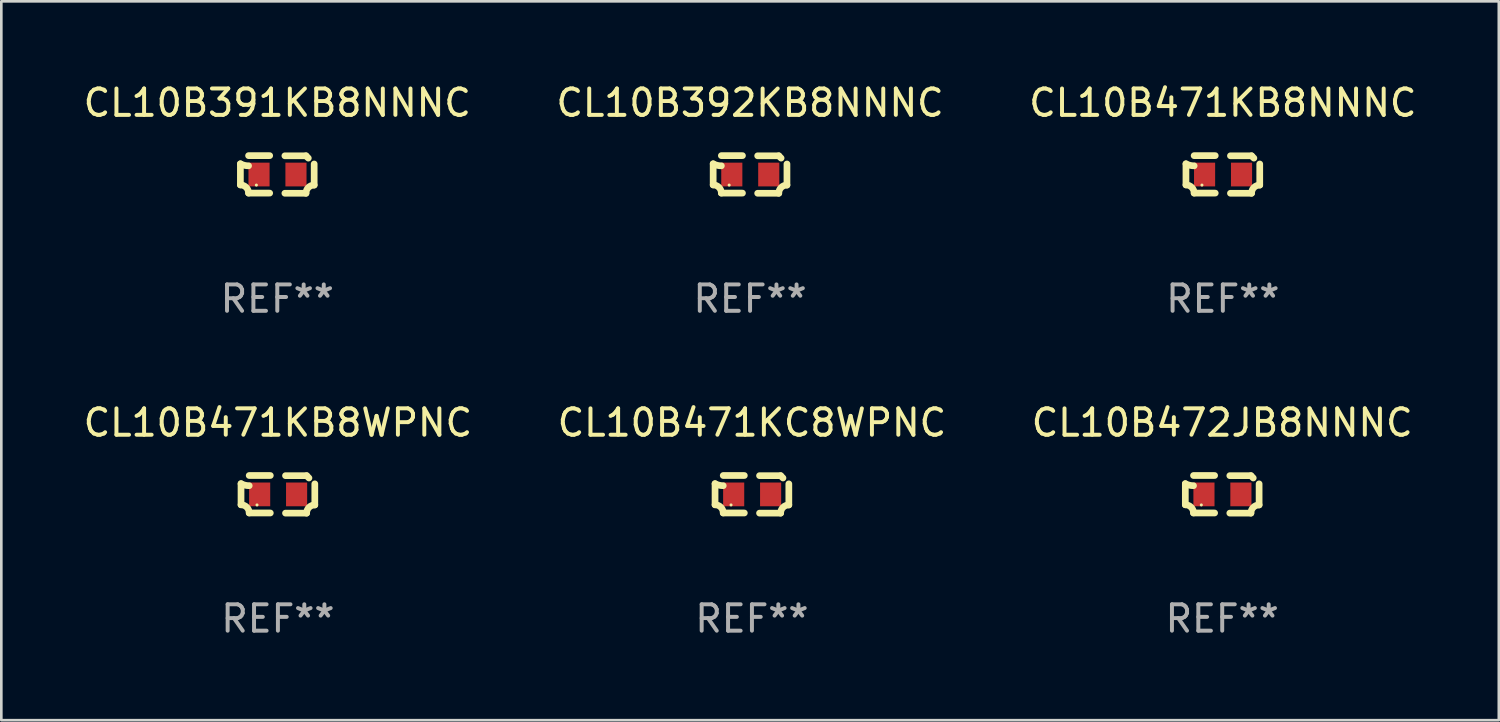
<source format=kicad_pcb>
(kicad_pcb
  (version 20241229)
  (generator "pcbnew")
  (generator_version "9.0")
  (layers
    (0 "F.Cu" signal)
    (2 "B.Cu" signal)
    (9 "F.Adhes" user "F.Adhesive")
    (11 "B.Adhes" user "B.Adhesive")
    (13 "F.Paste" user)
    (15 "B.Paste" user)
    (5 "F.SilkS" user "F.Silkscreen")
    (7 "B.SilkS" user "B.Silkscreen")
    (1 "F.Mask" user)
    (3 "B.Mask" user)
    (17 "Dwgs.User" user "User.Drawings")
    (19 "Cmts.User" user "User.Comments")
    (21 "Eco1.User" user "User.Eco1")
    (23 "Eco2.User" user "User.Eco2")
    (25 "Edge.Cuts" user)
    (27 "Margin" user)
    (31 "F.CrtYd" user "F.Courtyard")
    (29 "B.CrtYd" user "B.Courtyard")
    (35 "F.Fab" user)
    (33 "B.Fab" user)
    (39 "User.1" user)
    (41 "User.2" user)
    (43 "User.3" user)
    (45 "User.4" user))
  (footprint "CL10B392KB8NNNC"
    (layer "F.Cu")
    (at 25.375 3.561)
    (property "Reference" "CL10B392KB8NNNC" (at 0 -2.713 0) (layer "F.SilkS") (effects (font (size 1 1) (thickness 0.15))))
    (attr through_hole)
    (fp_line (start -1.398 -0.403) (end -1.398 0.397) (stroke (width 0.254) (type solid)) (layer "F.SilkS"))
    (fp_line (start -0.288 -0.713) (end -1.088 -0.713) (stroke (width 0.254) (type solid)) (layer "F.SilkS"))
    (fp_line (start -0.288 0.707) (end -1.088 0.707) (stroke (width 0.254) (type solid)) (layer "F.SilkS"))
    (fp_line (start 0.288 -0.707) (end 1.088 -0.707) (stroke (width 0.254) (type solid)) (layer "F.SilkS"))
    (fp_line (start 0.288 0.713) (end 1.088 0.713) (stroke (width 0.254) (type solid)) (layer "F.SilkS"))
    (fp_line (start 1.398 -0.397) (end 1.398 0.403) (stroke (width 0.254) (type solid)) (layer "F.SilkS"))
    (fp_arc (start -1.397789 0.397066) (mid -1.178701 0.487826) (end -1.08796 0.706922) (stroke (width 0.254001) (type solid)) (layer "F.SilkS"))
    (fp_arc (start -1.08796 -0.327176) (mid -1.247436 -0.346384) (end -1.39779 -0.402908) (stroke (width 0.254001) (type solid)) (layer "F.SilkS"))
    (fp_arc (start 1.087909 0.712738) (mid 1.178656 0.493655) (end 1.397739 0.402908) (stroke (width 0.254001) (type solid)) (layer "F.SilkS"))
    (fp_arc (start 1.175925 -0.618926) (mid 1.131917 -0.662923) (end 1.08791 -0.706922) (stroke (width 0.254001) (type solid)) (layer "F.SilkS"))
    (fp_circle (center -0.792 0.403) (end -0.762 0.403) (stroke (width 0.06) (type solid)) (fill no) (layer "F.SilkS"))
    (fp_text user "REF**" (at 0 4.713 0) (layer "F.Fab") (effects (font (size 1 1) (thickness 0.15))))
    (pad "1" smd rect (at -0.692 0.003) (size 0.8 0.9) (layers "F.Cu" "F.Mask" "F.Paste"))
    (pad "2" smd rect (at 0.708 0.003) (size 0.8 0.9) (layers "F.Cu" "F.Mask" "F.Paste")))
  (footprint "CL10B471KC8WPNC"
    (layer "F.Cu")
    (at 25.446 15.683)
    (property "Reference" "CL10B471KC8WPNC" (at 0 -2.713 0) (layer "F.SilkS") (effects (font (size 1 1) (thickness 0.15))))
    (attr through_hole)
    (fp_line (start -1.398 -0.403) (end -1.398 0.397) (stroke (width 0.254) (type solid)) (layer "F.SilkS"))
    (fp_line (start -0.288 -0.713) (end -1.088 -0.713) (stroke (width 0.254) (type solid)) (layer "F.SilkS"))
    (fp_line (start -0.288 0.707) (end -1.088 0.707) (stroke (width 0.254) (type solid)) (layer "F.SilkS"))
    (fp_line (start 0.288 -0.707) (end 1.088 -0.707) (stroke (width 0.254) (type solid)) (layer "F.SilkS"))
    (fp_line (start 0.288 0.713) (end 1.088 0.713) (stroke (width 0.254) (type solid)) (layer "F.SilkS"))
    (fp_line (start 1.398 -0.397) (end 1.398 0.403) (stroke (width 0.254) (type solid)) (layer "F.SilkS"))
    (fp_arc (start -1.397789 0.397066) (mid -1.178701 0.487826) (end -1.08796 0.706922) (stroke (width 0.254001) (type solid)) (layer "F.SilkS"))
    (fp_arc (start -1.08796 -0.327176) (mid -1.247436 -0.346384) (end -1.39779 -0.402908) (stroke (width 0.254001) (type solid)) (layer "F.SilkS"))
    (fp_arc (start 1.087909 0.712738) (mid 1.178656 0.493655) (end 1.397739 0.402908) (stroke (width 0.254001) (type solid)) (layer "F.SilkS"))
    (fp_arc (start 1.175925 -0.618926) (mid 1.131917 -0.662923) (end 1.08791 -0.706922) (stroke (width 0.254001) (type solid)) (layer "F.SilkS"))
    (fp_circle (center -0.792 0.403) (end -0.762 0.403) (stroke (width 0.06) (type solid)) (fill no) (layer "F.SilkS"))
    (fp_text user "REF**" (at 0 4.713 0) (layer "F.Fab") (effects (font (size 1 1) (thickness 0.15))))
    (pad "1" smd rect (at -0.692 0.003) (size 0.8 0.9) (layers "F.Cu" "F.Mask" "F.Paste"))
    (pad "2" smd rect (at 0.708 0.003) (size 0.8 0.9) (layers "F.Cu" "F.Mask" "F.Paste")))
  (footprint "CL10B472JB8NNNC"
    (layer "F.Cu")
    (at 43.268 15.683)
    (property "Reference" "CL10B472JB8NNNC" (at 0 -2.713 0) (layer "F.SilkS") (effects (font (size 1 1) (thickness 0.15))))
    (attr through_hole)
    (fp_line (start -1.398 -0.403) (end -1.398 0.397) (stroke (width 0.254) (type solid)) (layer "F.SilkS"))
    (fp_line (start -0.288 -0.713) (end -1.088 -0.713) (stroke (width 0.254) (type solid)) (layer "F.SilkS"))
    (fp_line (start -0.288 0.707) (end -1.088 0.707) (stroke (width 0.254) (type solid)) (layer "F.SilkS"))
    (fp_line (start 0.288 -0.707) (end 1.088 -0.707) (stroke (width 0.254) (type solid)) (layer "F.SilkS"))
    (fp_line (start 0.288 0.713) (end 1.088 0.713) (stroke (width 0.254) (type solid)) (layer "F.SilkS"))
    (fp_line (start 1.398 -0.397) (end 1.398 0.403) (stroke (width 0.254) (type solid)) (layer "F.SilkS"))
    (fp_arc (start -1.397789 0.397066) (mid -1.178701 0.487826) (end -1.08796 0.706922) (stroke (width 0.254001) (type solid)) (layer "F.SilkS"))
    (fp_arc (start -1.08796 -0.327176) (mid -1.247436 -0.346384) (end -1.39779 -0.402908) (stroke (width 0.254001) (type solid)) (layer "F.SilkS"))
    (fp_arc (start 1.087909 0.712738) (mid 1.178656 0.493655) (end 1.397739 0.402908) (stroke (width 0.254001) (type solid)) (layer "F.SilkS"))
    (fp_arc (start 1.175925 -0.618926) (mid 1.131917 -0.662923) (end 1.08791 -0.706922) (stroke (width 0.254001) (type solid)) (layer "F.SilkS"))
    (fp_circle (center -0.792 0.403) (end -0.762 0.403) (stroke (width 0.06) (type solid)) (fill no) (layer "F.SilkS"))
    (fp_text user "REF**" (at 0 4.713 0) (layer "F.Fab") (effects (font (size 1 1) (thickness 0.15))))
    (pad "1" smd rect (at -0.692 0.003) (size 0.8 0.9) (layers "F.Cu" "F.Mask" "F.Paste"))
    (pad "2" smd rect (at 0.708 0.003) (size 0.8 0.9) (layers "F.Cu" "F.Mask" "F.Paste")))
  (footprint "CL10B391KB8NNNC"
    (layer "F.Cu")
    (at 7.458 3.561)
    (property "Reference" "CL10B391KB8NNNC" (at 0 -2.713 0) (layer "F.SilkS") (effects (font (size 1 1) (thickness 0.15))))
    (attr through_hole)
    (fp_line (start -1.398 -0.403) (end -1.398 0.397) (stroke (width 0.254) (type solid)) (layer "F.SilkS"))
    (fp_line (start -0.288 -0.713) (end -1.088 -0.713) (stroke (width 0.254) (type solid)) (layer "F.SilkS"))
    (fp_line (start -0.288 0.707) (end -1.088 0.707) (stroke (width 0.254) (type solid)) (layer "F.SilkS"))
    (fp_line (start 0.288 -0.707) (end 1.088 -0.707) (stroke (width 0.254) (type solid)) (layer "F.SilkS"))
    (fp_line (start 0.288 0.713) (end 1.088 0.713) (stroke (width 0.254) (type solid)) (layer "F.SilkS"))
    (fp_line (start 1.398 -0.397) (end 1.398 0.403) (stroke (width 0.254) (type solid)) (layer "F.SilkS"))
    (fp_arc (start -1.397789 0.397066) (mid -1.178701 0.487826) (end -1.08796 0.706922) (stroke (width 0.254001) (type solid)) (layer "F.SilkS"))
    (fp_arc (start -1.08796 -0.327176) (mid -1.247436 -0.346384) (end -1.39779 -0.402908) (stroke (width 0.254001) (type solid)) (layer "F.SilkS"))
    (fp_arc (start 1.087909 0.712738) (mid 1.178656 0.493655) (end 1.397739 0.402908) (stroke (width 0.254001) (type solid)) (layer "F.SilkS"))
    (fp_arc (start 1.175925 -0.618926) (mid 1.131917 -0.662923) (end 1.08791 -0.706922) (stroke (width 0.254001) (type solid)) (layer "F.SilkS"))
    (fp_circle (center -0.792 0.403) (end -0.762 0.403) (stroke (width 0.06) (type solid)) (fill no) (layer "F.SilkS"))
    (fp_text user "REF**" (at 0 4.713 0) (layer "F.Fab") (effects (font (size 1 1) (thickness 0.15))))
    (pad "1" smd rect (at -0.692 0.003) (size 0.8 0.9) (layers "F.Cu" "F.Mask" "F.Paste"))
    (pad "2" smd rect (at 0.708 0.003) (size 0.8 0.9) (layers "F.Cu" "F.Mask" "F.Paste")))
  (footprint "CL10B471KB8NNNC"
    (layer "F.Cu")
    (at 43.292 3.561)
    (property "Reference" "CL10B471KB8NNNC" (at 0 -2.713 0) (layer "F.SilkS") (effects (font (size 1 1) (thickness 0.15))))
    (attr through_hole)
    (fp_line (start -1.398 -0.403) (end -1.398 0.397) (stroke (width 0.254) (type solid)) (layer "F.SilkS"))
    (fp_line (start -0.288 -0.713) (end -1.088 -0.713) (stroke (width 0.254) (type solid)) (layer "F.SilkS"))
    (fp_line (start -0.288 0.707) (end -1.088 0.707) (stroke (width 0.254) (type solid)) (layer "F.SilkS"))
    (fp_line (start 0.288 -0.707) (end 1.088 -0.707) (stroke (width 0.254) (type solid)) (layer "F.SilkS"))
    (fp_line (start 0.288 0.713) (end 1.088 0.713) (stroke (width 0.254) (type solid)) (layer "F.SilkS"))
    (fp_line (start 1.398 -0.397) (end 1.398 0.403) (stroke (width 0.254) (type solid)) (layer "F.SilkS"))
    (fp_arc (start -1.397789 0.397066) (mid -1.178701 0.487826) (end -1.08796 0.706922) (stroke (width 0.254001) (type solid)) (layer "F.SilkS"))
    (fp_arc (start -1.08796 -0.327176) (mid -1.247436 -0.346384) (end -1.39779 -0.402908) (stroke (width 0.254001) (type solid)) (layer "F.SilkS"))
    (fp_arc (start 1.087909 0.712738) (mid 1.178656 0.493655) (end 1.397739 0.402908) (stroke (width 0.254001) (type solid)) (layer "F.SilkS"))
    (fp_arc (start 1.175925 -0.618926) (mid 1.131917 -0.662923) (end 1.08791 -0.706922) (stroke (width 0.254001) (type solid)) (layer "F.SilkS"))
    (fp_circle (center -0.792 0.403) (end -0.762 0.403) (stroke (width 0.06) (type solid)) (fill no) (layer "F.SilkS"))
    (fp_text user "REF**" (at 0 4.713 0) (layer "F.Fab") (effects (font (size 1 1) (thickness 0.15))))
    (pad "1" smd rect (at -0.692 0.003) (size 0.8 0.9) (layers "F.Cu" "F.Mask" "F.Paste"))
    (pad "2" smd rect (at 0.708 0.003) (size 0.8 0.9) (layers "F.Cu" "F.Mask" "F.Paste")))
  (footprint "CL10B471KB8WPNC"
    (layer "F.Cu")
    (at 7.482 15.683)
    (property "Reference" "CL10B471KB8WPNC" (at 0 -2.713 0) (layer "F.SilkS") (effects (font (size 1 1) (thickness 0.15))))
    (attr through_hole)
    (fp_line (start -1.398 -0.403) (end -1.398 0.397) (stroke (width 0.254) (type solid)) (layer "F.SilkS"))
    (fp_line (start -0.288 -0.713) (end -1.088 -0.713) (stroke (width 0.254) (type solid)) (layer "F.SilkS"))
    (fp_line (start -0.288 0.707) (end -1.088 0.707) (stroke (width 0.254) (type solid)) (layer "F.SilkS"))
    (fp_line (start 0.288 -0.707) (end 1.088 -0.707) (stroke (width 0.254) (type solid)) (layer "F.SilkS"))
    (fp_line (start 0.288 0.713) (end 1.088 0.713) (stroke (width 0.254) (type solid)) (layer "F.SilkS"))
    (fp_line (start 1.398 -0.397) (end 1.398 0.403) (stroke (width 0.254) (type solid)) (layer "F.SilkS"))
    (fp_arc (start -1.397789 0.397066) (mid -1.178701 0.487826) (end -1.08796 0.706922) (stroke (width 0.254001) (type solid)) (layer "F.SilkS"))
    (fp_arc (start -1.08796 -0.327176) (mid -1.247436 -0.346384) (end -1.39779 -0.402908) (stroke (width 0.254001) (type solid)) (layer "F.SilkS"))
    (fp_arc (start 1.087909 0.712738) (mid 1.178656 0.493655) (end 1.397739 0.402908) (stroke (width 0.254001) (type solid)) (layer "F.SilkS"))
    (fp_arc (start 1.175925 -0.618926) (mid 1.131917 -0.662923) (end 1.08791 -0.706922) (stroke (width 0.254001) (type solid)) (layer "F.SilkS"))
    (fp_circle (center -0.792 0.403) (end -0.762 0.403) (stroke (width 0.06) (type solid)) (fill no) (layer "F.SilkS"))
    (fp_text user "REF**" (at 0 4.713 0) (layer "F.Fab") (effects (font (size 1 1) (thickness 0.15))))
    (pad "1" smd rect (at -0.692 0.003) (size 0.8 0.9) (layers "F.Cu" "F.Mask" "F.Paste"))
    (pad "2" smd rect (at 0.708 0.003) (size 0.8 0.9) (layers "F.Cu" "F.Mask" "F.Paste")))
  (gr_rect
    (start -3 -3)
    (end 53.75 24.244)
    (stroke (width 0.1) (type default))
    (fill no)
    (layer "Edge.Cuts")))
</source>
